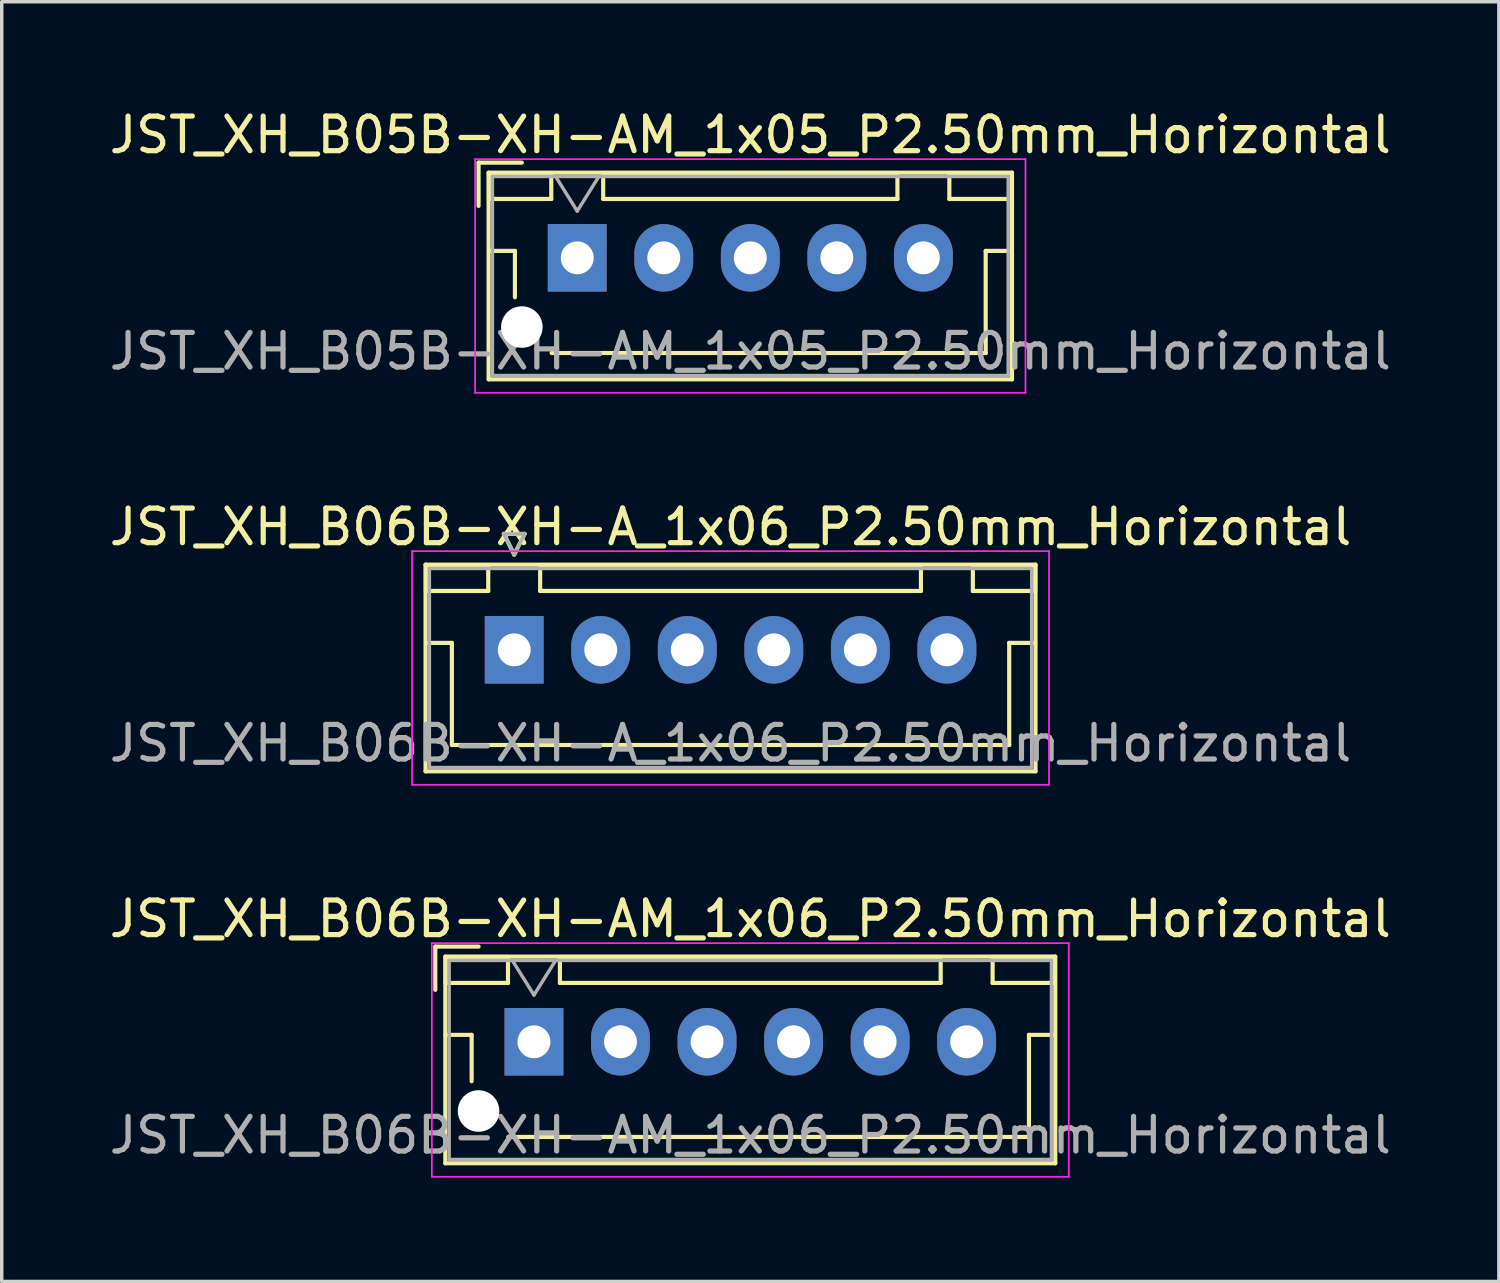
<source format=kicad_pcb>
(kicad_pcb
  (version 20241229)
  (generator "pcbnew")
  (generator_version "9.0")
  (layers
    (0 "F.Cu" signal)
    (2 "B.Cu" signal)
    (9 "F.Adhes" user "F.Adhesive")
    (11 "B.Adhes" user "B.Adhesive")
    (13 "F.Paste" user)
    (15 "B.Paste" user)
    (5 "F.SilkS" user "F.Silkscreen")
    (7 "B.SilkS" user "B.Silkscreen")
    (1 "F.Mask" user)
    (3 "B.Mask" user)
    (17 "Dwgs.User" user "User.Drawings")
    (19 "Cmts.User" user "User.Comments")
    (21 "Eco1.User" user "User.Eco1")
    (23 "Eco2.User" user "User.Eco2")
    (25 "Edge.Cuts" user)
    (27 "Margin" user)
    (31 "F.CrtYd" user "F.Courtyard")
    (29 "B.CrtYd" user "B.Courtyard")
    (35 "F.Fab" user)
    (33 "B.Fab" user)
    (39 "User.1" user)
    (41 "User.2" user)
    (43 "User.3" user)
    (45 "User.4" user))
  (footprint "JST_XH_B06B-XH-AM_1x06_P2.50mm_Horizontal"
    (layer "F.Cu")
    (at 12.375 27.045)
    (property "Reference" "JST_XH_B06B-XH-AM_1x06_P2.50mm_Horizontal" (at 6.25 -3.55 0) (layer "F.SilkS") (effects (font (size 1 1) (thickness 0.15))))
    (attr through_hole)
    (fp_line (start -2.85 -2.75) (end -2.85 -1.5) (stroke (width 0.12) (type solid)) (layer "F.SilkS"))
    (fp_line (start -2.56 -2.46) (end -2.56 3.51) (stroke (width 0.12) (type solid)) (layer "F.SilkS"))
    (fp_line (start -2.56 3.51) (end 15.06 3.51) (stroke (width 0.12) (type solid)) (layer "F.SilkS"))
    (fp_line (start -2.55 -2.45) (end -2.55 -1.7) (stroke (width 0.12) (type solid)) (layer "F.SilkS"))
    (fp_line (start -2.55 -1.7) (end -0.75 -1.7) (stroke (width 0.12) (type solid)) (layer "F.SilkS"))
    (fp_line (start -2.55 -0.2) (end -1.8 -0.2) (stroke (width 0.12) (type solid)) (layer "F.SilkS"))
    (fp_line (start -1.8 -0.2) (end -1.8 1.14) (stroke (width 0.12) (type solid)) (layer "F.SilkS"))
    (fp_line (start -1.6 -2.75) (end -2.85 -2.75) (stroke (width 0.12) (type solid)) (layer "F.SilkS"))
    (fp_line (start -0.75 -2.45) (end -2.55 -2.45) (stroke (width 0.12) (type solid)) (layer "F.SilkS"))
    (fp_line (start -0.75 -1.7) (end -0.75 -2.45) (stroke (width 0.12) (type solid)) (layer "F.SilkS"))
    (fp_line (start 0.75 -2.45) (end 0.75 -1.7) (stroke (width 0.12) (type solid)) (layer "F.SilkS"))
    (fp_line (start 0.75 -1.7) (end 11.75 -1.7) (stroke (width 0.12) (type solid)) (layer "F.SilkS"))
    (fp_line (start 6.25 2.75) (end -0.74 2.75) (stroke (width 0.12) (type solid)) (layer "F.SilkS"))
    (fp_line (start 11.75 -2.45) (end 0.75 -2.45) (stroke (width 0.12) (type solid)) (layer "F.SilkS"))
    (fp_line (start 11.75 -1.7) (end 11.75 -2.45) (stroke (width 0.12) (type solid)) (layer "F.SilkS"))
    (fp_line (start 13.25 -2.45) (end 13.25 -1.7) (stroke (width 0.12) (type solid)) (layer "F.SilkS"))
    (fp_line (start 13.25 -1.7) (end 15.05 -1.7) (stroke (width 0.12) (type solid)) (layer "F.SilkS"))
    (fp_line (start 14.3 -0.2) (end 14.3 2.75) (stroke (width 0.12) (type solid)) (layer "F.SilkS"))
    (fp_line (start 14.3 2.75) (end 6.25 2.75) (stroke (width 0.12) (type solid)) (layer "F.SilkS"))
    (fp_line (start 15.05 -2.45) (end 13.25 -2.45) (stroke (width 0.12) (type solid)) (layer "F.SilkS"))
    (fp_line (start 15.05 -1.7) (end 15.05 -2.45) (stroke (width 0.12) (type solid)) (layer "F.SilkS"))
    (fp_line (start 15.05 -0.2) (end 14.3 -0.2) (stroke (width 0.12) (type solid)) (layer "F.SilkS"))
    (fp_line (start 15.06 -2.46) (end -2.56 -2.46) (stroke (width 0.12) (type solid)) (layer "F.SilkS"))
    (fp_line (start 15.06 3.51) (end 15.06 -2.46) (stroke (width 0.12) (type solid)) (layer "F.SilkS"))
    (fp_line (start -2.95 -2.85) (end -2.95 3.9) (stroke (width 0.05) (type solid)) (layer "F.CrtYd"))
    (fp_line (start -2.95 3.9) (end 15.45 3.9) (stroke (width 0.05) (type solid)) (layer "F.CrtYd"))
    (fp_line (start 15.45 -2.85) (end -2.95 -2.85) (stroke (width 0.05) (type solid)) (layer "F.CrtYd"))
    (fp_line (start 15.45 3.9) (end 15.45 -2.85) (stroke (width 0.05) (type solid)) (layer "F.CrtYd"))
    (fp_line (start -2.45 -2.35) (end -2.45 3.4) (stroke (width 0.1) (type solid)) (layer "F.Fab"))
    (fp_line (start -2.45 3.4) (end 14.95 3.4) (stroke (width 0.1) (type solid)) (layer "F.Fab"))
    (fp_line (start -0.625 -2.35) (end 0 -1.35) (stroke (width 0.1) (type solid)) (layer "F.Fab"))
    (fp_line (start 0 -1.35) (end 0.625 -2.35) (stroke (width 0.1) (type solid)) (layer "F.Fab"))
    (fp_line (start 14.95 -2.35) (end -2.45 -2.35) (stroke (width 0.1) (type solid)) (layer "F.Fab"))
    (fp_line (start 14.95 3.4) (end 14.95 -2.35) (stroke (width 0.1) (type solid)) (layer "F.Fab"))
    (fp_text user "${REFERENCE}" (at 6.25 2.7 0) (layer "F.Fab") (effects (font (size 1 1) (thickness 0.15))))
    (pad "" np_thru_hole circle (at -1.6 2) (size 1.2 1.2) (drill 1.2) (layers "*.Cu" "*.Mask"))
    (pad "1" thru_hole rect (at 0 0) (size 1.7 1.95) (drill 0.95) (layers "*.Cu" "*.Mask"))
    (pad "2" thru_hole oval (at 2.5 0) (size 1.7 1.95) (drill 0.95) (layers "*.Cu" "*.Mask"))
    (pad "3" thru_hole oval (at 5 0) (size 1.7 1.95) (drill 0.95) (layers "*.Cu" "*.Mask"))
    (pad "4" thru_hole oval (at 7.5 0) (size 1.7 1.95) (drill 0.95) (layers "*.Cu" "*.Mask"))
    (pad "5" thru_hole oval (at 10 0) (size 1.7 1.95) (drill 0.95) (layers "*.Cu" "*.Mask"))
    (pad "6" thru_hole oval (at 12.5 0) (size 1.7 1.95) (drill 0.95) (layers "*.Cu" "*.Mask")))
  (footprint "JST_XH_B06B-XH-A_1x06_P2.50mm_Horizontal"
    (layer "F.Cu")
    (at 11.804 15.722)
    (property "Reference" "JST_XH_B06B-XH-A_1x06_P2.50mm_Horizontal" (at 6.25 -3.55 0) (layer "F.SilkS") (effects (font (size 1 1) (thickness 0.15))))
    (attr through_hole)
    (fp_line (start -2.56 -2.46) (end -2.56 3.51) (stroke (width 0.12) (type solid)) (layer "F.SilkS"))
    (fp_line (start -2.56 3.51) (end 15.06 3.51) (stroke (width 0.12) (type solid)) (layer "F.SilkS"))
    (fp_line (start -2.55 -2.45) (end -2.55 -1.7) (stroke (width 0.12) (type solid)) (layer "F.SilkS"))
    (fp_line (start -2.55 -1.7) (end -0.75 -1.7) (stroke (width 0.12) (type solid)) (layer "F.SilkS"))
    (fp_line (start -2.55 -0.2) (end -1.8 -0.2) (stroke (width 0.12) (type solid)) (layer "F.SilkS"))
    (fp_line (start -1.8 -0.2) (end -1.8 2.75) (stroke (width 0.12) (type solid)) (layer "F.SilkS"))
    (fp_line (start -1.8 2.75) (end 6.25 2.75) (stroke (width 0.12) (type solid)) (layer "F.SilkS"))
    (fp_line (start -0.75 -2.45) (end -2.55 -2.45) (stroke (width 0.12) (type solid)) (layer "F.SilkS"))
    (fp_line (start -0.75 -1.7) (end -0.75 -2.45) (stroke (width 0.12) (type solid)) (layer "F.SilkS"))
    (fp_line (start -0.3 -3.35) (end 0.3 -3.35) (stroke (width 0.12) (type solid)) (layer "F.SilkS"))
    (fp_line (start 0 -2.75) (end -0.3 -3.35) (stroke (width 0.12) (type solid)) (layer "F.SilkS"))
    (fp_line (start 0.3 -3.35) (end 0 -2.75) (stroke (width 0.12) (type solid)) (layer "F.SilkS"))
    (fp_line (start 0.75 -2.45) (end 0.75 -1.7) (stroke (width 0.12) (type solid)) (layer "F.SilkS"))
    (fp_line (start 0.75 -1.7) (end 11.75 -1.7) (stroke (width 0.12) (type solid)) (layer "F.SilkS"))
    (fp_line (start 11.75 -2.45) (end 0.75 -2.45) (stroke (width 0.12) (type solid)) (layer "F.SilkS"))
    (fp_line (start 11.75 -1.7) (end 11.75 -2.45) (stroke (width 0.12) (type solid)) (layer "F.SilkS"))
    (fp_line (start 13.25 -2.45) (end 13.25 -1.7) (stroke (width 0.12) (type solid)) (layer "F.SilkS"))
    (fp_line (start 13.25 -1.7) (end 15.05 -1.7) (stroke (width 0.12) (type solid)) (layer "F.SilkS"))
    (fp_line (start 14.3 -0.2) (end 14.3 2.75) (stroke (width 0.12) (type solid)) (layer "F.SilkS"))
    (fp_line (start 14.3 2.75) (end 6.25 2.75) (stroke (width 0.12) (type solid)) (layer "F.SilkS"))
    (fp_line (start 15.05 -2.45) (end 13.25 -2.45) (stroke (width 0.12) (type solid)) (layer "F.SilkS"))
    (fp_line (start 15.05 -1.7) (end 15.05 -2.45) (stroke (width 0.12) (type solid)) (layer "F.SilkS"))
    (fp_line (start 15.05 -0.2) (end 14.3 -0.2) (stroke (width 0.12) (type solid)) (layer "F.SilkS"))
    (fp_line (start 15.06 -2.46) (end -2.56 -2.46) (stroke (width 0.12) (type solid)) (layer "F.SilkS"))
    (fp_line (start 15.06 3.51) (end 15.06 -2.46) (stroke (width 0.12) (type solid)) (layer "F.SilkS"))
    (fp_line (start -2.95 -2.85) (end -2.95 3.9) (stroke (width 0.05) (type solid)) (layer "F.CrtYd"))
    (fp_line (start -2.95 3.9) (end 15.45 3.9) (stroke (width 0.05) (type solid)) (layer "F.CrtYd"))
    (fp_line (start 15.45 -2.85) (end -2.95 -2.85) (stroke (width 0.05) (type solid)) (layer "F.CrtYd"))
    (fp_line (start 15.45 3.9) (end 15.45 -2.85) (stroke (width 0.05) (type solid)) (layer "F.CrtYd"))
    (fp_line (start -2.45 -2.35) (end -2.45 3.4) (stroke (width 0.1) (type solid)) (layer "F.Fab"))
    (fp_line (start -2.45 3.4) (end 14.95 3.4) (stroke (width 0.1) (type solid)) (layer "F.Fab"))
    (fp_line (start -0.3 -3.35) (end 0.3 -3.35) (stroke (width 0.1) (type solid)) (layer "F.Fab"))
    (fp_line (start 0 -2.75) (end -0.3 -3.35) (stroke (width 0.1) (type solid)) (layer "F.Fab"))
    (fp_line (start 0.3 -3.35) (end 0 -2.75) (stroke (width 0.1) (type solid)) (layer "F.Fab"))
    (fp_line (start 14.95 -2.35) (end -2.45 -2.35) (stroke (width 0.1) (type solid)) (layer "F.Fab"))
    (fp_line (start 14.95 3.4) (end 14.95 -2.35) (stroke (width 0.1) (type solid)) (layer "F.Fab"))
    (fp_text user "${REFERENCE}" (at 6.25 2.7 0) (layer "F.Fab") (effects (font (size 1 1) (thickness 0.15))))
    (pad "1" thru_hole rect (at 0 0) (size 1.7 1.95) (drill 0.95) (layers "*.Cu" "*.Mask"))
    (pad "2" thru_hole oval (at 2.5 0) (size 1.7 1.95) (drill 0.95) (layers "*.Cu" "*.Mask"))
    (pad "3" thru_hole oval (at 5 0) (size 1.7 1.95) (drill 0.95) (layers "*.Cu" "*.Mask"))
    (pad "4" thru_hole oval (at 7.5 0) (size 1.7 1.95) (drill 0.95) (layers "*.Cu" "*.Mask"))
    (pad "5" thru_hole oval (at 10 0) (size 1.7 1.95) (drill 0.95) (layers "*.Cu" "*.Mask"))
    (pad "6" thru_hole oval (at 12.5 0) (size 1.7 1.95) (drill 0.95) (layers "*.Cu" "*.Mask")))
  (footprint "JST_XH_B05B-XH-AM_1x05_P2.50mm_Horizontal"
    (layer "F.Cu")
    (at 13.625 4.398)
    (property "Reference" "JST_XH_B05B-XH-AM_1x05_P2.50mm_Horizontal" (at 5 -3.55 0) (layer "F.SilkS") (effects (font (size 1 1) (thickness 0.15))))
    (attr through_hole)
    (fp_line (start -2.85 -2.75) (end -2.85 -1.5) (stroke (width 0.12) (type solid)) (layer "F.SilkS"))
    (fp_line (start -2.56 -2.46) (end -2.56 3.51) (stroke (width 0.12) (type solid)) (layer "F.SilkS"))
    (fp_line (start -2.56 3.51) (end 12.56 3.51) (stroke (width 0.12) (type solid)) (layer "F.SilkS"))
    (fp_line (start -2.55 -2.45) (end -2.55 -1.7) (stroke (width 0.12) (type solid)) (layer "F.SilkS"))
    (fp_line (start -2.55 -1.7) (end -0.75 -1.7) (stroke (width 0.12) (type solid)) (layer "F.SilkS"))
    (fp_line (start -2.55 -0.2) (end -1.8 -0.2) (stroke (width 0.12) (type solid)) (layer "F.SilkS"))
    (fp_line (start -1.8 -0.2) (end -1.8 1.14) (stroke (width 0.12) (type solid)) (layer "F.SilkS"))
    (fp_line (start -1.6 -2.75) (end -2.85 -2.75) (stroke (width 0.12) (type solid)) (layer "F.SilkS"))
    (fp_line (start -0.75 -2.45) (end -2.55 -2.45) (stroke (width 0.12) (type solid)) (layer "F.SilkS"))
    (fp_line (start -0.75 -1.7) (end -0.75 -2.45) (stroke (width 0.12) (type solid)) (layer "F.SilkS"))
    (fp_line (start 0.75 -2.45) (end 0.75 -1.7) (stroke (width 0.12) (type solid)) (layer "F.SilkS"))
    (fp_line (start 0.75 -1.7) (end 9.25 -1.7) (stroke (width 0.12) (type solid)) (layer "F.SilkS"))
    (fp_line (start 5 2.75) (end -0.74 2.75) (stroke (width 0.12) (type solid)) (layer "F.SilkS"))
    (fp_line (start 9.25 -2.45) (end 0.75 -2.45) (stroke (width 0.12) (type solid)) (layer "F.SilkS"))
    (fp_line (start 9.25 -1.7) (end 9.25 -2.45) (stroke (width 0.12) (type solid)) (layer "F.SilkS"))
    (fp_line (start 10.75 -2.45) (end 10.75 -1.7) (stroke (width 0.12) (type solid)) (layer "F.SilkS"))
    (fp_line (start 10.75 -1.7) (end 12.55 -1.7) (stroke (width 0.12) (type solid)) (layer "F.SilkS"))
    (fp_line (start 11.8 -0.2) (end 11.8 2.75) (stroke (width 0.12) (type solid)) (layer "F.SilkS"))
    (fp_line (start 11.8 2.75) (end 5 2.75) (stroke (width 0.12) (type solid)) (layer "F.SilkS"))
    (fp_line (start 12.55 -2.45) (end 10.75 -2.45) (stroke (width 0.12) (type solid)) (layer "F.SilkS"))
    (fp_line (start 12.55 -1.7) (end 12.55 -2.45) (stroke (width 0.12) (type solid)) (layer "F.SilkS"))
    (fp_line (start 12.55 -0.2) (end 11.8 -0.2) (stroke (width 0.12) (type solid)) (layer "F.SilkS"))
    (fp_line (start 12.56 -2.46) (end -2.56 -2.46) (stroke (width 0.12) (type solid)) (layer "F.SilkS"))
    (fp_line (start 12.56 3.51) (end 12.56 -2.46) (stroke (width 0.12) (type solid)) (layer "F.SilkS"))
    (fp_line (start -2.95 -2.85) (end -2.95 3.9) (stroke (width 0.05) (type solid)) (layer "F.CrtYd"))
    (fp_line (start -2.95 3.9) (end 12.95 3.9) (stroke (width 0.05) (type solid)) (layer "F.CrtYd"))
    (fp_line (start 12.95 -2.85) (end -2.95 -2.85) (stroke (width 0.05) (type solid)) (layer "F.CrtYd"))
    (fp_line (start 12.95 3.9) (end 12.95 -2.85) (stroke (width 0.05) (type solid)) (layer "F.CrtYd"))
    (fp_line (start -2.45 -2.35) (end -2.45 3.4) (stroke (width 0.1) (type solid)) (layer "F.Fab"))
    (fp_line (start -2.45 3.4) (end 12.45 3.4) (stroke (width 0.1) (type solid)) (layer "F.Fab"))
    (fp_line (start -0.625 -2.35) (end 0 -1.35) (stroke (width 0.1) (type solid)) (layer "F.Fab"))
    (fp_line (start 0 -1.35) (end 0.625 -2.35) (stroke (width 0.1) (type solid)) (layer "F.Fab"))
    (fp_line (start 12.45 -2.35) (end -2.45 -2.35) (stroke (width 0.1) (type solid)) (layer "F.Fab"))
    (fp_line (start 12.45 3.4) (end 12.45 -2.35) (stroke (width 0.1) (type solid)) (layer "F.Fab"))
    (fp_text user "${REFERENCE}" (at 5 2.7 0) (layer "F.Fab") (effects (font (size 1 1) (thickness 0.15))))
    (pad "" np_thru_hole circle (at -1.6 2) (size 1.2 1.2) (drill 1.2) (layers "*.Cu" "*.Mask"))
    (pad "1" thru_hole rect (at 0 0) (size 1.7 1.95) (drill 0.95) (layers "*.Cu" "*.Mask"))
    (pad "2" thru_hole oval (at 2.5 0) (size 1.7 1.95) (drill 0.95) (layers "*.Cu" "*.Mask"))
    (pad "3" thru_hole oval (at 5 0) (size 1.7 1.95) (drill 0.95) (layers "*.Cu" "*.Mask"))
    (pad "4" thru_hole oval (at 7.5 0) (size 1.7 1.95) (drill 0.95) (layers "*.Cu" "*.Mask"))
    (pad "5" thru_hole oval (at 10 0) (size 1.7 1.95) (drill 0.95) (layers "*.Cu" "*.Mask")))
  (gr_rect
    (start -3 -3)
    (end 40.25 33.97)
    (stroke (width 0.1) (type default))
    (fill no)
    (layer "Edge.Cuts")))
</source>
